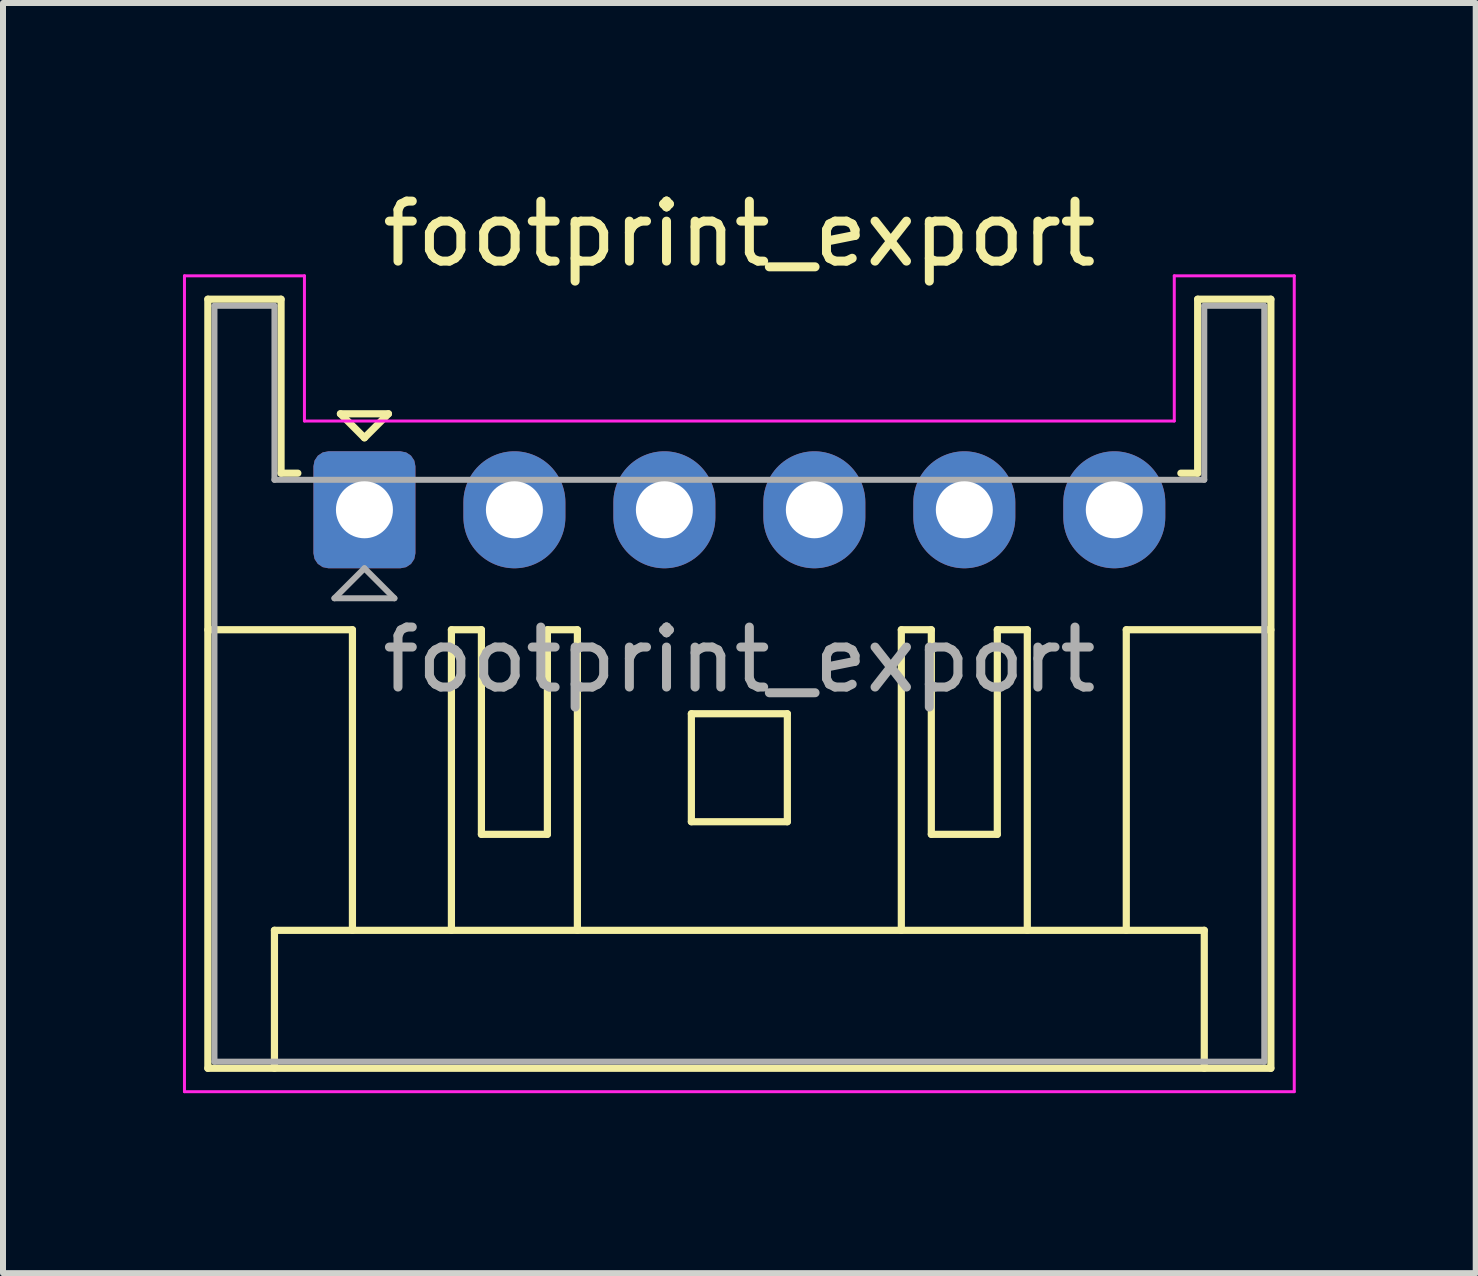
<source format=kicad_pcb>
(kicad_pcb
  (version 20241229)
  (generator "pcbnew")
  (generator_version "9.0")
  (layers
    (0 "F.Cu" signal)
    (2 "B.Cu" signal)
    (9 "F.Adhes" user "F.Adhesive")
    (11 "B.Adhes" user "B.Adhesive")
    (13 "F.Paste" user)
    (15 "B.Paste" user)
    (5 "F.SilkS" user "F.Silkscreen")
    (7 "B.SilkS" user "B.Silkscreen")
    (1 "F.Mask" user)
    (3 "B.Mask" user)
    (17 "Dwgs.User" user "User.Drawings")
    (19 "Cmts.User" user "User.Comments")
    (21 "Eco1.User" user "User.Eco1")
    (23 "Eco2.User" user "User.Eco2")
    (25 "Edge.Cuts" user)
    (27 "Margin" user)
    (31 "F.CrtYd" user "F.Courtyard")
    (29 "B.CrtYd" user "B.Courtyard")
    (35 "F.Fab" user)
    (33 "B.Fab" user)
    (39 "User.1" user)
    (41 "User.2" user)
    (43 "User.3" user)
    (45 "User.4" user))
  (footprint "footprint_export"
    (layer "F.Cu")
    (at 3.025 5.448)
    (property "Reference" "footprint_export" (at 6.25 -4.6 0) (layer "F.SilkS") (effects (font (size 1 1) (thickness 0.15))))
    (attr through_hole)
    (fp_line (start -2.61 -3.51) (end -2.61 9.31) (stroke (width 0.12) (type solid)) (layer "F.SilkS"))
    (fp_line (start -2.61 9.31) (end 15.11 9.31) (stroke (width 0.12) (type solid)) (layer "F.SilkS"))
    (fp_line (start -1.5 7.01) (end 14 7.01) (stroke (width 0.12) (type solid)) (layer "F.SilkS"))
    (fp_line (start -1.5 9.31) (end -1.5 7.01) (stroke (width 0.12) (type solid)) (layer "F.SilkS"))
    (fp_line (start -1.39 -3.51) (end -2.61 -3.51) (stroke (width 0.12) (type solid)) (layer "F.SilkS"))
    (fp_line (start -1.39 -0.61) (end -1.39 -3.51) (stroke (width 0.12) (type solid)) (layer "F.SilkS"))
    (fp_line (start -1.11 -0.61) (end -1.39 -0.61) (stroke (width 0.12) (type solid)) (layer "F.SilkS"))
    (fp_line (start -0.4 -1.6) (end 0.4 -1.6) (stroke (width 0.12) (type solid)) (layer "F.SilkS"))
    (fp_line (start -0.2 2) (end -2.61 2) (stroke (width 0.12) (type solid)) (layer "F.SilkS"))
    (fp_line (start -0.2 7.01) (end -0.2 2) (stroke (width 0.12) (type solid)) (layer "F.SilkS"))
    (fp_line (start 0 -1.2) (end -0.4 -1.6) (stroke (width 0.12) (type solid)) (layer "F.SilkS"))
    (fp_line (start 0.4 -1.6) (end 0 -1.2) (stroke (width 0.12) (type solid)) (layer "F.SilkS"))
    (fp_line (start 1.45 2) (end 1.45 7.01) (stroke (width 0.12) (type solid)) (layer "F.SilkS"))
    (fp_line (start 1.95 2) (end 1.45 2) (stroke (width 0.12) (type solid)) (layer "F.SilkS"))
    (fp_line (start 1.95 5.41) (end 1.95 2) (stroke (width 0.12) (type solid)) (layer "F.SilkS"))
    (fp_line (start 3.05 2) (end 3.05 5.41) (stroke (width 0.12) (type solid)) (layer "F.SilkS"))
    (fp_line (start 3.05 5.41) (end 1.95 5.41) (stroke (width 0.12) (type solid)) (layer "F.SilkS"))
    (fp_line (start 3.55 2) (end 3.05 2) (stroke (width 0.12) (type solid)) (layer "F.SilkS"))
    (fp_line (start 3.55 7.01) (end 3.55 2) (stroke (width 0.12) (type solid)) (layer "F.SilkS"))
    (fp_line (start 5.45 3.4) (end 7.05 3.4) (stroke (width 0.12) (type solid)) (layer "F.SilkS"))
    (fp_line (start 5.45 5.2) (end 5.45 3.4) (stroke (width 0.12) (type solid)) (layer "F.SilkS"))
    (fp_line (start 7.05 3.4) (end 7.05 5.2) (stroke (width 0.12) (type solid)) (layer "F.SilkS"))
    (fp_line (start 7.05 5.2) (end 5.45 5.2) (stroke (width 0.12) (type solid)) (layer "F.SilkS"))
    (fp_line (start 8.95 2) (end 9.45 2) (stroke (width 0.12) (type solid)) (layer "F.SilkS"))
    (fp_line (start 8.95 7.01) (end 8.95 2) (stroke (width 0.12) (type solid)) (layer "F.SilkS"))
    (fp_line (start 9.45 2) (end 9.45 5.41) (stroke (width 0.12) (type solid)) (layer "F.SilkS"))
    (fp_line (start 9.45 5.41) (end 10.55 5.41) (stroke (width 0.12) (type solid)) (layer "F.SilkS"))
    (fp_line (start 10.55 2) (end 11.05 2) (stroke (width 0.12) (type solid)) (layer "F.SilkS"))
    (fp_line (start 10.55 5.41) (end 10.55 2) (stroke (width 0.12) (type solid)) (layer "F.SilkS"))
    (fp_line (start 11.05 2) (end 11.05 7.01) (stroke (width 0.12) (type solid)) (layer "F.SilkS"))
    (fp_line (start 12.7 2) (end 15.11 2) (stroke (width 0.12) (type solid)) (layer "F.SilkS"))
    (fp_line (start 12.7 7.01) (end 12.7 2) (stroke (width 0.12) (type solid)) (layer "F.SilkS"))
    (fp_line (start 13.89 -3.51) (end 13.89 -0.61) (stroke (width 0.12) (type solid)) (layer "F.SilkS"))
    (fp_line (start 13.89 -0.61) (end 13.61 -0.61) (stroke (width 0.12) (type solid)) (layer "F.SilkS"))
    (fp_line (start 14 7.01) (end 14 9.31) (stroke (width 0.12) (type solid)) (layer "F.SilkS"))
    (fp_line (start 15.11 -3.51) (end 13.89 -3.51) (stroke (width 0.12) (type solid)) (layer "F.SilkS"))
    (fp_line (start 15.11 9.31) (end 15.11 -3.51) (stroke (width 0.12) (type solid)) (layer "F.SilkS"))
    (fp_line (start -3 -3.9) (end -3 9.7) (stroke (width 0.05) (type solid)) (layer "F.CrtYd"))
    (fp_line (start -3 9.7) (end 15.5 9.7) (stroke (width 0.05) (type solid)) (layer "F.CrtYd"))
    (fp_line (start -1 -3.9) (end -3 -3.9) (stroke (width 0.05) (type solid)) (layer "F.CrtYd"))
    (fp_line (start -1 -1.48) (end -1 -3.9) (stroke (width 0.05) (type solid)) (layer "F.CrtYd"))
    (fp_line (start 13.5 -3.9) (end 13.5 -1.48) (stroke (width 0.05) (type solid)) (layer "F.CrtYd"))
    (fp_line (start 13.5 -1.48) (end -1 -1.48) (stroke (width 0.05) (type solid)) (layer "F.CrtYd"))
    (fp_line (start 15.5 -3.9) (end 13.5 -3.9) (stroke (width 0.05) (type solid)) (layer "F.CrtYd"))
    (fp_line (start 15.5 9.7) (end 15.5 -3.9) (stroke (width 0.05) (type solid)) (layer "F.CrtYd"))
    (fp_line (start -2.5 -3.4) (end -2.5 9.2) (stroke (width 0.1) (type solid)) (layer "F.Fab"))
    (fp_line (start -2.5 9.2) (end 15 9.2) (stroke (width 0.1) (type solid)) (layer "F.Fab"))
    (fp_line (start -1.5 -3.4) (end -2.5 -3.4) (stroke (width 0.1) (type solid)) (layer "F.Fab"))
    (fp_line (start -1.5 -0.5) (end -1.5 -3.4) (stroke (width 0.1) (type solid)) (layer "F.Fab"))
    (fp_line (start -0.5 1.475) (end 0.5 1.475) (stroke (width 0.1) (type solid)) (layer "F.Fab"))
    (fp_line (start 0 0.975) (end -0.5 1.475) (stroke (width 0.1) (type solid)) (layer "F.Fab"))
    (fp_line (start 0.5 1.475) (end 0 0.975) (stroke (width 0.1) (type solid)) (layer "F.Fab"))
    (fp_line (start 14 -3.4) (end 14 -0.5) (stroke (width 0.1) (type solid)) (layer "F.Fab"))
    (fp_line (start 14 -0.5) (end -1.5 -0.5) (stroke (width 0.1) (type solid)) (layer "F.Fab"))
    (fp_line (start 15 -3.4) (end 14 -3.4) (stroke (width 0.1) (type solid)) (layer "F.Fab"))
    (fp_line (start 15 9.2) (end 15 -3.4) (stroke (width 0.1) (type solid)) (layer "F.Fab"))
    (fp_text user "${REFERENCE}" (at 6.25 2.5 0) (layer "F.Fab") (effects (font (size 1 1) (thickness 0.15))))
    (pad "1" thru_hole roundrect (at 0 0) (size 1.7 1.95) (drill 0.95) (layers "*.Cu" "*.Mask") (roundrect_rratio 0.147))
    (pad "2" thru_hole oval (at 2.5 0) (size 1.7 1.95) (drill 0.95) (layers "*.Cu" "*.Mask"))
    (pad "3" thru_hole oval (at 5 0) (size 1.7 1.95) (drill 0.95) (layers "*.Cu" "*.Mask"))
    (pad "4" thru_hole oval (at 7.5 0) (size 1.7 1.95) (drill 0.95) (layers "*.Cu" "*.Mask"))
    (pad "5" thru_hole oval (at 10 0) (size 1.7 1.95) (drill 0.95) (layers "*.Cu" "*.Mask"))
    (pad "6" thru_hole oval (at 12.5 0) (size 1.7 1.95) (drill 0.95) (layers "*.Cu" "*.Mask")))
  (gr_rect
    (start -3 -3)
    (end 21.55 18.173)
    (stroke (width 0.1) (type default))
    (fill no)
    (layer "Edge.Cuts")))
</source>
